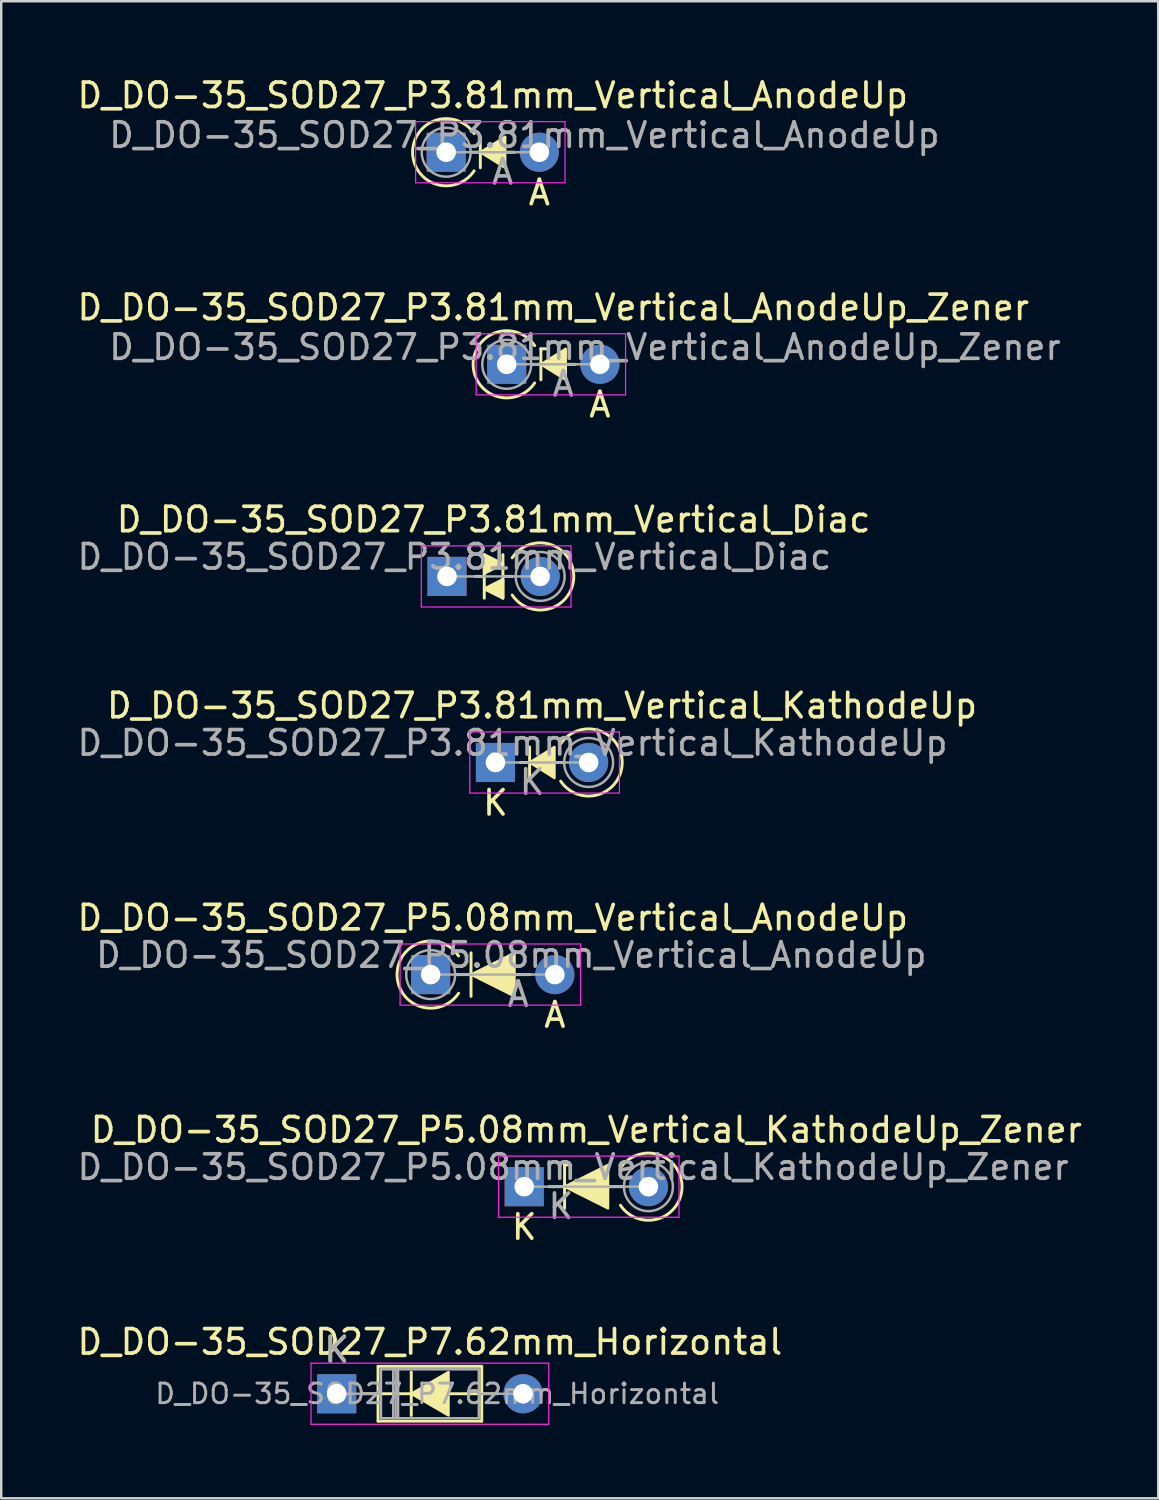
<source format=kicad_pcb>
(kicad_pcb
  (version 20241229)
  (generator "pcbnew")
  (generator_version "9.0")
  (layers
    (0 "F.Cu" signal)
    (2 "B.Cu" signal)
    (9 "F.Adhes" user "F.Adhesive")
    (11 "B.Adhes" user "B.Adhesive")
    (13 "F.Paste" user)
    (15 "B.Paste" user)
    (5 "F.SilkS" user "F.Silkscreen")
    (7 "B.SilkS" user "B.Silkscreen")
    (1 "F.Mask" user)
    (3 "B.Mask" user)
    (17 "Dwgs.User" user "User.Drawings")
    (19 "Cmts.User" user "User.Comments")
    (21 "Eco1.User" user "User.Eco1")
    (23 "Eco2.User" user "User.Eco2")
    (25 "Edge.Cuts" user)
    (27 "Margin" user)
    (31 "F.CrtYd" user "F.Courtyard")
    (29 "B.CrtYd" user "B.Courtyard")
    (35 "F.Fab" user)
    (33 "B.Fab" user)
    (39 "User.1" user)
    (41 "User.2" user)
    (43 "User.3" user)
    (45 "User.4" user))
  (footprint "D_DO-35_SOD27_P5.08mm_Vertical_AnodeUp"
    (layer "F.Cu")
    (at 14.561 36.805)
    (property "Reference" "D_DO-35_SOD27_P5.08mm_Vertical_AnodeUp" (at 2.54 -2.326 0) (layer "F.SilkS") (effects (font (size 1 1) (thickness 0.15))))
    (attr through_hole)
    (fp_line (start 1.651 -0.889) (end 1.651 0.889) (stroke (width 0.12) (type solid)) (layer "F.SilkS"))
    (fp_line (start 4.064 0) (end 1.016 0) (stroke (width 0.12) (type solid)) (layer "F.SilkS"))
    (fp_arc (start 1.142999 0.761999) (mid -1.373714 0) (end 1.142999 -0.761999) (stroke (width 0.12) (type solid)) (layer "F.SilkS"))
    (fp_poly (pts (xy 3.429 0.889) (xy 1.651 0) (xy 3.429 -0.889)) (stroke (width 0.1) (type solid)) (fill yes) (layer "F.SilkS"))
    (fp_line (start -1.25 -1.25) (end -1.25 1.25) (stroke (width 0.05) (type solid)) (layer "F.CrtYd"))
    (fp_line (start -1.25 1.25) (end 6.13 1.25) (stroke (width 0.05) (type solid)) (layer "F.CrtYd"))
    (fp_line (start 6.13 -1.25) (end -1.25 -1.25) (stroke (width 0.05) (type solid)) (layer "F.CrtYd"))
    (fp_line (start 6.13 1.25) (end 6.13 -1.25) (stroke (width 0.05) (type solid)) (layer "F.CrtYd"))
    (fp_line (start 0 0) (end 5.08 0) (stroke (width 0.1) (type solid)) (layer "F.Fab"))
    (fp_circle (center 0 0) (end 1 0) (stroke (width 0.1) (type solid)) (fill no) (layer "F.Fab"))
    (fp_text user "A" (at 5.08 1.651 0) (layer "F.SilkS") (effects (font (size 1 1) (thickness 0.15))))
    (fp_text user "${REFERENCE}" (at 3.3 -0.8 0) (layer "F.Fab") (effects (font (size 1 1) (thickness 0.15))))
    (fp_text user "A" (at 3.58 0.8 0) (layer "F.Fab") (effects (font (size 1 1) (thickness 0.15))))
    (pad "1" thru_hole rect (at 0 0) (size 1.6 1.6) (drill 0.8) (layers "*.Cu" "*.Mask"))
    (pad "2" thru_hole oval (at 5.08 0) (size 1.6 1.6) (drill 0.8) (layers "*.Cu" "*.Mask")))
  (footprint "D_DO-35_SOD27_P5.08mm_Vertical_KathodeUp_Zener"
    (layer "F.Cu")
    (at 18.387 45.478)
    (property "Reference" "D_DO-35_SOD27_P5.08mm_Vertical_KathodeUp_Zener" (at 2.54 -2.326 0) (layer "F.SilkS") (effects (font (size 1 1) (thickness 0.15))))
    (attr through_hole)
    (fp_line (start 1.651 -0.889) (end 1.651 0.889) (stroke (width 0.12) (type solid)) (layer "F.SilkS"))
    (fp_line (start 1.651 -0.889) (end 1.905 -0.889) (stroke (width 0.12) (type solid)) (layer "F.SilkS"))
    (fp_line (start 4.064 0) (end 1.016 0) (stroke (width 0.12) (type solid)) (layer "F.SilkS"))
    (fp_arc (start 3.937 -0.761998) (mid 6.453713 0.000001) (end 3.937 0.762) (stroke (width 0.12) (type solid)) (layer "F.SilkS"))
    (fp_poly (pts (xy 3.429 0.889) (xy 1.651 0) (xy 3.429 -0.889)) (stroke (width 0.1) (type solid)) (fill yes) (layer "F.SilkS"))
    (fp_line (start -1.05 -1.25) (end -1.05 1.25) (stroke (width 0.05) (type solid)) (layer "F.CrtYd"))
    (fp_line (start -1.05 1.25) (end 6.33 1.25) (stroke (width 0.05) (type solid)) (layer "F.CrtYd"))
    (fp_line (start 6.33 -1.25) (end -1.05 -1.25) (stroke (width 0.05) (type solid)) (layer "F.CrtYd"))
    (fp_line (start 6.33 1.25) (end 6.33 -1.25) (stroke (width 0.05) (type solid)) (layer "F.CrtYd"))
    (fp_line (start 0 0) (end 5.08 0) (stroke (width 0.1) (type solid)) (layer "F.Fab"))
    (fp_circle (center 5.08 0) (end 6.08 0) (stroke (width 0.1) (type solid)) (fill no) (layer "F.Fab"))
    (fp_text user "K" (at 0 1.651 0) (layer "F.SilkS") (effects (font (size 1 1) (thickness 0.15))))
    (fp_text user "${REFERENCE}" (at 2 -0.8 0) (layer "F.Fab") (effects (font (size 1 1) (thickness 0.15))))
    (fp_text user "K" (at 1.5 0.8 0) (layer "F.Fab") (effects (font (size 1 1) (thickness 0.15))))
    (pad "1" thru_hole rect (at 0 0) (size 1.6 1.6) (drill 0.8) (layers "*.Cu" "*.Mask"))
    (pad "2" thru_hole oval (at 5.08 0) (size 1.6 1.6) (drill 0.8) (layers "*.Cu" "*.Mask")))
  (footprint "D_DO-35_SOD27_P7.62mm_Horizontal"
    (layer "F.Cu")
    (at 10.72 53.946)
    (property "Reference" "D_DO-35_SOD27_P7.62mm_Horizontal" (at 3.81 -2.12 0) (layer "F.SilkS") (effects (font (size 1 1) (thickness 0.15))))
    (attr through_hole)
    (fp_line (start 1.04 0) (end 1.69 0) (stroke (width 0.12) (type solid)) (layer "F.SilkS"))
    (fp_line (start 1.651 0) (end 3.048 0) (stroke (width 0.12) (type solid)) (layer "F.SilkS"))
    (fp_line (start 1.69 -1.12) (end 1.69 1.12) (stroke (width 0.12) (type solid)) (layer "F.SilkS"))
    (fp_line (start 1.69 1.12) (end 5.93 1.12) (stroke (width 0.12) (type solid)) (layer "F.SilkS"))
    (fp_line (start 3.048 -0.889) (end 3.048 0.889) (stroke (width 0.12) (type solid)) (layer "F.SilkS"))
    (fp_line (start 5.93 -1.12) (end 1.69 -1.12) (stroke (width 0.12) (type solid)) (layer "F.SilkS"))
    (fp_line (start 5.93 0) (end 4.636 0) (stroke (width 0.12) (type solid)) (layer "F.SilkS"))
    (fp_line (start 5.93 1.12) (end 5.93 -1.12) (stroke (width 0.12) (type solid)) (layer "F.SilkS"))
    (fp_line (start 6.58 0) (end 5.93 0) (stroke (width 0.12) (type solid)) (layer "F.SilkS"))
    (fp_poly (pts (xy 4.572 0.889) (xy 3.048 0) (xy 4.572 -0.889)) (stroke (width 0.1) (type solid)) (fill yes) (layer "F.SilkS"))
    (fp_line (start -1.05 -1.25) (end -1.05 1.25) (stroke (width 0.05) (type solid)) (layer "F.CrtYd"))
    (fp_line (start -1.05 1.25) (end 8.67 1.25) (stroke (width 0.05) (type solid)) (layer "F.CrtYd"))
    (fp_line (start 8.67 -1.25) (end -1.05 -1.25) (stroke (width 0.05) (type solid)) (layer "F.CrtYd"))
    (fp_line (start 8.67 1.25) (end 8.67 -1.25) (stroke (width 0.05) (type solid)) (layer "F.CrtYd"))
    (fp_line (start 0 0) (end 1.81 0) (stroke (width 0.1) (type solid)) (layer "F.Fab"))
    (fp_line (start 1.81 -1) (end 1.81 1) (stroke (width 0.1) (type solid)) (layer "F.Fab"))
    (fp_line (start 1.81 1) (end 5.81 1) (stroke (width 0.1) (type solid)) (layer "F.Fab"))
    (fp_line (start 2.31 -1) (end 2.31 1) (stroke (width 0.1) (type solid)) (layer "F.Fab"))
    (fp_line (start 2.41 -1) (end 2.41 1) (stroke (width 0.1) (type solid)) (layer "F.Fab"))
    (fp_line (start 2.51 -1) (end 2.51 1) (stroke (width 0.1) (type solid)) (layer "F.Fab"))
    (fp_line (start 5.81 -1) (end 1.81 -1) (stroke (width 0.1) (type solid)) (layer "F.Fab"))
    (fp_line (start 5.81 1) (end 5.81 -1) (stroke (width 0.1) (type solid)) (layer "F.Fab"))
    (fp_line (start 7.62 0) (end 5.81 0) (stroke (width 0.1) (type solid)) (layer "F.Fab"))
    (fp_text user "K" (at 0 -1.8 0) (layer "F.SilkS") (effects (font (size 1 1) (thickness 0.15))))
    (fp_text user "${REFERENCE}" (at 4.11 0 0) (layer "F.Fab") (effects (font (size 0.8 0.8) (thickness 0.12))))
    (fp_text user "K" (at 0 -1.8 0) (layer "F.Fab") (effects (font (size 1 1) (thickness 0.15))))
    (pad "1" thru_hole rect (at 0 0) (size 1.6 1.6) (drill 0.8) (layers "*.Cu" "*.Mask"))
    (pad "2" thru_hole oval (at 7.62 0) (size 1.6 1.6) (drill 0.8) (layers "*.Cu" "*.Mask")))
  (footprint "D_DO-35_SOD27_P3.81mm_Vertical_KathodeUp"
    (layer "F.Cu")
    (at 17.211 28.131)
    (property "Reference" "D_DO-35_SOD27_P3.81mm_Vertical_KathodeUp" (at 1.905 -2.326 0) (layer "F.SilkS") (effects (font (size 1 1) (thickness 0.15))))
    (fp_line (start 1.397 -0.635) (end 1.397 0.635) (stroke (width 0.12) (type solid)) (layer "F.SilkS"))
    (fp_line (start 2.794 0) (end 1.016 0) (stroke (width 0.12) (type solid)) (layer "F.SilkS"))
    (fp_arc (start 2.667 -0.761998) (mid 5.183713 0.000001) (end 2.667 0.762) (stroke (width 0.12) (type solid)) (layer "F.SilkS"))
    (fp_poly (pts (xy 2.413 0.635) (xy 1.397 0) (xy 2.413 -0.635)) (stroke (width 0.1) (type solid)) (fill yes) (layer "F.SilkS"))
    (fp_line (start -1.05 -1.25) (end -1.05 1.25) (stroke (width 0.05) (type solid)) (layer "F.CrtYd"))
    (fp_line (start -1.05 1.25) (end 5.07 1.25) (stroke (width 0.05) (type solid)) (layer "F.CrtYd"))
    (fp_line (start 5.07 -1.25) (end -1.05 -1.25) (stroke (width 0.05) (type solid)) (layer "F.CrtYd"))
    (fp_line (start 5.07 1.25) (end 5.07 -1.25) (stroke (width 0.05) (type solid)) (layer "F.CrtYd"))
    (fp_line (start 0 0) (end 3.81 0) (stroke (width 0.1) (type solid)) (layer "F.Fab"))
    (fp_circle (center 3.81 0) (end 4.81 0) (stroke (width 0.1) (type solid)) (fill no) (layer "F.Fab"))
    (fp_text user "K" (at 0 1.651 0) (layer "F.SilkS") (effects (font (size 1 1) (thickness 0.15))))
    (fp_text user "K" (at 1.5 0.8 0) (layer "F.Fab") (effects (font (size 1 1) (thickness 0.15))))
    (fp_text user "${REFERENCE}" (at 0.7 -0.8 0) (layer "F.Fab") (effects (font (size 1 1) (thickness 0.15))))
    (pad "1" thru_hole rect (at 0 0) (size 1.6 1.6) (drill 0.8) (layers "*.Cu" "*.Mask"))
    (pad "2" thru_hole oval (at 3.81 0) (size 1.6 1.6) (drill 0.8) (layers "*.Cu" "*.Mask")))
  (footprint "D_DO-35_SOD27_P3.81mm_Vertical_Diac"
    (layer "F.Cu")
    (at 15.23 20.522)
    (property "Reference" "D_DO-35_SOD27_P3.81mm_Vertical_Diac" (at 1.905 -2.326 0) (layer "F.SilkS") (effects (font (size 1 1) (thickness 0.15))))
    (fp_line (start 1.143 0) (end 1.524 0) (stroke (width 0.12) (type solid)) (layer "F.SilkS"))
    (fp_line (start 1.524 -0.889) (end 1.524 0.889) (stroke (width 0.12) (type solid)) (layer "F.SilkS"))
    (fp_line (start 2.286 -0.889) (end 2.286 0.889) (stroke (width 0.12) (type solid)) (layer "F.SilkS"))
    (fp_line (start 2.667 0) (end 2.286 0) (stroke (width 0.12) (type solid)) (layer "F.SilkS"))
    (fp_arc (start 2.667 -0.761998) (mid 5.183713 0.000001) (end 2.667 0.762) (stroke (width 0.12) (type solid)) (layer "F.SilkS"))
    (fp_poly (pts (xy 2.286 -0.508) (xy 1.524 -0.127) (xy 1.524 -0.889)) (stroke (width 0.12) (type solid)) (fill yes) (layer "F.SilkS"))
    (fp_poly (pts (xy 2.286 0.889) (xy 1.524 0.508) (xy 2.286 0.127)) (stroke (width 0.12) (type solid)) (fill yes) (layer "F.SilkS"))
    (fp_line (start -1.05 -1.25) (end -1.05 1.25) (stroke (width 0.05) (type solid)) (layer "F.CrtYd"))
    (fp_line (start -1.05 1.25) (end 5.07 1.25) (stroke (width 0.05) (type solid)) (layer "F.CrtYd"))
    (fp_line (start 5.07 -1.25) (end -1.05 -1.25) (stroke (width 0.05) (type solid)) (layer "F.CrtYd"))
    (fp_line (start 5.07 1.25) (end 5.07 -1.25) (stroke (width 0.05) (type solid)) (layer "F.CrtYd"))
    (fp_line (start 0 0) (end 3.81 0) (stroke (width 0.1) (type solid)) (layer "F.Fab"))
    (fp_circle (center 3.81 0) (end 4.81 0) (stroke (width 0.1) (type solid)) (fill no) (layer "F.Fab"))
    (fp_text user "${REFERENCE}" (at 0.3 -0.8 0) (layer "F.Fab") (effects (font (size 1 1) (thickness 0.15))))
    (pad "1" thru_hole rect (at 0 0) (size 1.6 1.6) (drill 0.8) (layers "*.Cu" "*.Mask"))
    (pad "2" thru_hole oval (at 3.81 0) (size 1.6 1.6) (drill 0.8) (layers "*.Cu" "*.Mask")))
  (footprint "D_DO-35_SOD27_P3.81mm_Vertical_AnodeUp_Zener"
    (layer "F.Cu")
    (at 17.672 11.848)
    (property "Reference" "D_DO-35_SOD27_P3.81mm_Vertical_AnodeUp_Zener" (at 1.905 -2.326 0) (layer "F.SilkS") (effects (font (size 1 1) (thickness 0.15))))
    (attr through_hole)
    (fp_line (start 1.397 -0.635) (end 1.397 0.635) (stroke (width 0.12) (type solid)) (layer "F.SilkS"))
    (fp_line (start 1.397 -0.635) (end 1.651 -0.635) (stroke (width 0.12) (type solid)) (layer "F.SilkS"))
    (fp_line (start 2.794 0) (end 1.016 0) (stroke (width 0.12) (type solid)) (layer "F.SilkS"))
    (fp_arc (start 1.142999 0.761999) (mid -1.373714 0) (end 1.142999 -0.761999) (stroke (width 0.12) (type solid)) (layer "F.SilkS"))
    (fp_poly (pts (xy 2.413 0.635) (xy 1.397 0) (xy 2.413 -0.635)) (stroke (width 0.1) (type solid)) (fill yes) (layer "F.SilkS"))
    (fp_line (start -1.25 -1.25) (end -1.25 1.25) (stroke (width 0.05) (type solid)) (layer "F.CrtYd"))
    (fp_line (start -1.25 1.25) (end 4.86 1.25) (stroke (width 0.05) (type solid)) (layer "F.CrtYd"))
    (fp_line (start 4.86 -1.25) (end -1.25 -1.25) (stroke (width 0.05) (type solid)) (layer "F.CrtYd"))
    (fp_line (start 4.86 1.25) (end 4.86 -1.25) (stroke (width 0.05) (type solid)) (layer "F.CrtYd"))
    (fp_line (start 0 0) (end 3.81 0) (stroke (width 0.1) (type solid)) (layer "F.Fab"))
    (fp_circle (center 0 0) (end 1 0) (stroke (width 0.1) (type solid)) (fill no) (layer "F.Fab"))
    (fp_text user "A" (at 3.81 1.651 0) (layer "F.SilkS") (effects (font (size 1 1) (thickness 0.15))))
    (fp_text user "${REFERENCE}" (at 3.2 -0.7 0) (layer "F.Fab") (effects (font (size 1 1) (thickness 0.15))))
    (fp_text user "A" (at 2.31 0.8 0) (layer "F.Fab") (effects (font (size 1 1) (thickness 0.15))))
    (pad "1" thru_hole rect (at 0 0) (size 1.6 1.6) (drill 0.8) (layers "*.Cu" "*.Mask"))
    (pad "2" thru_hole oval (at 3.81 0) (size 1.6 1.6) (drill 0.8) (layers "*.Cu" "*.Mask")))
  (footprint "D_DO-35_SOD27_P3.81mm_Vertical_AnodeUp"
    (layer "F.Cu")
    (at 15.196 3.175)
    (property "Reference" "D_DO-35_SOD27_P3.81mm_Vertical_AnodeUp" (at 1.905 -2.326 0) (layer "F.SilkS") (effects (font (size 1 1) (thickness 0.15))))
    (attr through_hole)
    (fp_line (start 1.397 -0.635) (end 1.397 0.635) (stroke (width 0.12) (type solid)) (layer "F.SilkS"))
    (fp_line (start 2.794 0) (end 1.016 0) (stroke (width 0.12) (type solid)) (layer "F.SilkS"))
    (fp_arc (start 1.142999 0.761999) (mid -1.373714 0) (end 1.142999 -0.761999) (stroke (width 0.12) (type solid)) (layer "F.SilkS"))
    (fp_poly (pts (xy 2.413 0.635) (xy 1.397 0) (xy 2.413 -0.635)) (stroke (width 0.1) (type solid)) (fill yes) (layer "F.SilkS"))
    (fp_line (start -1.25 -1.25) (end -1.25 1.25) (stroke (width 0.05) (type solid)) (layer "F.CrtYd"))
    (fp_line (start -1.25 1.25) (end 4.86 1.25) (stroke (width 0.05) (type solid)) (layer "F.CrtYd"))
    (fp_line (start 4.86 -1.25) (end -1.25 -1.25) (stroke (width 0.05) (type solid)) (layer "F.CrtYd"))
    (fp_line (start 4.86 1.25) (end 4.86 -1.25) (stroke (width 0.05) (type solid)) (layer "F.CrtYd"))
    (fp_line (start 0 0) (end 3.81 0) (stroke (width 0.1) (type solid)) (layer "F.Fab"))
    (fp_circle (center 0 0) (end 1 0) (stroke (width 0.1) (type solid)) (fill no) (layer "F.Fab"))
    (fp_text user "A" (at 3.81 1.651 0) (layer "F.SilkS") (effects (font (size 1 1) (thickness 0.15))))
    (fp_text user "A" (at 2.31 0.8 0) (layer "F.Fab") (effects (font (size 1 1) (thickness 0.15))))
    (fp_text user "${REFERENCE}" (at 3.2 -0.7 0) (layer "F.Fab") (effects (font (size 1 1) (thickness 0.15))))
    (pad "1" thru_hole rect (at 0 0) (size 1.6 1.6) (drill 0.8) (layers "*.Cu" "*.Mask"))
    (pad "2" thru_hole oval (at 3.81 0) (size 1.6 1.6) (drill 0.8) (layers "*.Cu" "*.Mask")))
  (gr_rect
    (start -3 -3)
    (end 44.314 58.221)
    (stroke (width 0.1) (type default))
    (fill no)
    (layer "Edge.Cuts")))
</source>
